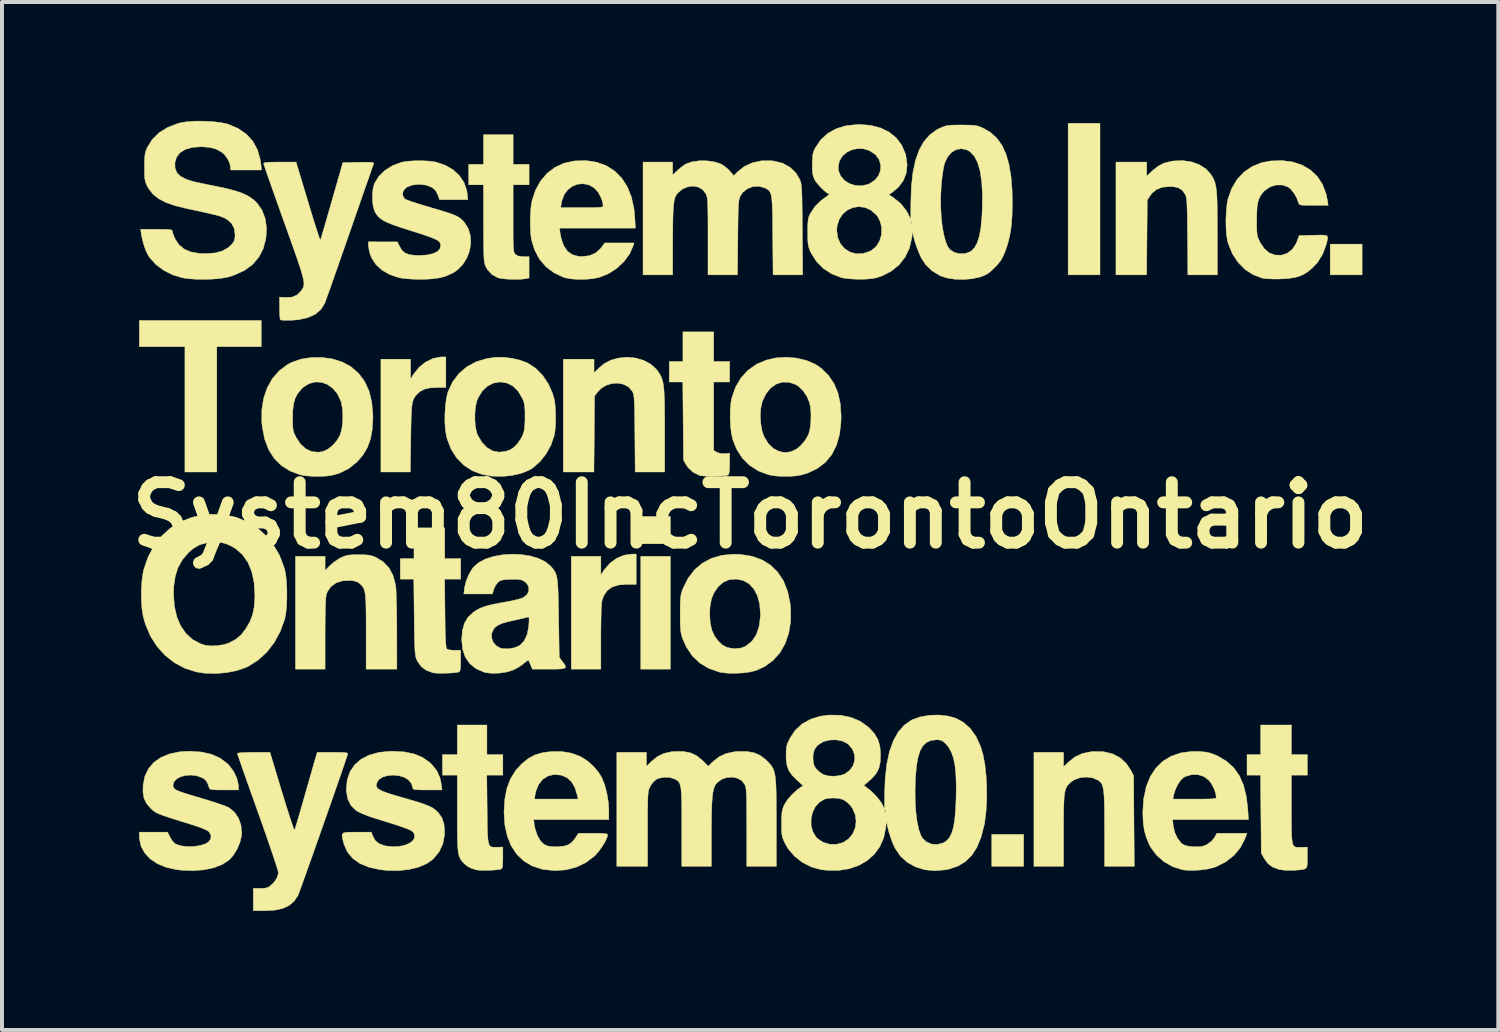
<source format=kicad_pcb>
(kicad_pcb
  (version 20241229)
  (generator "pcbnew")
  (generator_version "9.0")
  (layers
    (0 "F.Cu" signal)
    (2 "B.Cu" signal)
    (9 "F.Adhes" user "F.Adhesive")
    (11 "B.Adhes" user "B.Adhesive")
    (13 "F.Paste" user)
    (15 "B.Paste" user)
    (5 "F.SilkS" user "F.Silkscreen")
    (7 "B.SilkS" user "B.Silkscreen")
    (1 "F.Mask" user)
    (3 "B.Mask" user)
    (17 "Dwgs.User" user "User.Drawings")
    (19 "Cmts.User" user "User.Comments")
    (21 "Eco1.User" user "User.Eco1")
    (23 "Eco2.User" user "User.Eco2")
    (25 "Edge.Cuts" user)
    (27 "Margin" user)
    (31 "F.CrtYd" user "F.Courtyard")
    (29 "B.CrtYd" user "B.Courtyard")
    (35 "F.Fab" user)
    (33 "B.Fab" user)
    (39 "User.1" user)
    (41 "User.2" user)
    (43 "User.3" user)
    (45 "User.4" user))
  (footprint "System80IncTorontoOntario"
    (layer "F.Cu")
    (at 15.864 9.943)
    (property "Reference" "System80IncTorontoOntario" (at 0 0 0) (layer "F.SilkS") (effects (font (size 1.524 1.524) (thickness 0.3))))
    (attr through_hole)
    (fp_poly (pts (xy -2.011 0.718) (xy -2.758 0.718) (xy -2.758 0.029) (xy -2.011 0.029) (xy -2.011 0.718)) (stroke (width 0.01) (type solid)) (fill yes) (layer "F.SilkS"))
    (fp_poly (pts (xy -2.011 3.879) (xy -2.758 3.879) (xy -2.758 1.034) (xy -2.011 1.034) (xy -2.011 3.879)) (stroke (width 0.01) (type solid)) (fill yes) (layer "F.SilkS"))
    (fp_poly (pts (xy 6.896 8.85) (xy 6.091 8.85) (xy 6.091 8.045) (xy 6.896 8.045) (xy 6.896 8.85)) (stroke (width 0.01) (type solid)) (fill yes) (layer "F.SilkS"))
    (fp_poly (pts (xy 8.821 -6.063) (xy 8.017 -6.063) (xy 8.017 -9.884) (xy 8.821 -9.884) (xy 8.821 -6.063)) (stroke (width 0.01) (type solid)) (fill yes) (layer "F.SilkS"))
    (fp_poly (pts (xy 15.43 -6.063) (xy 14.625 -6.063) (xy 14.625 -6.838) (xy 15.43 -6.838) (xy 15.43 -6.063)) (stroke (width 0.01) (type solid)) (fill yes) (layer "F.SilkS"))
    (fp_poly (pts (xy -12.326 -4.252) (xy -13.447 -4.252) (xy -13.447 -1.092) (xy -14.252 -1.092) (xy -14.252 -4.252) (xy -15.401 -4.252) (xy -15.401 -4.913) (xy -12.326 -4.913) (xy -12.326 -4.252)) (stroke (width 0.01) (type solid)) (fill yes) (layer "F.SilkS"))
    (fp_poly (pts (xy -2.873 1.742) (xy -3.11 1.741) (xy -3.316 1.757) (xy -3.479 1.808) (xy -3.602 1.896) (xy -3.689 2.024) (xy -3.732 2.141) (xy -3.742 2.208) (xy -3.751 2.329) (xy -3.757 2.497) (xy -3.761 2.709) (xy -3.764 2.959) (xy -3.764 3.067) (xy -3.764 3.879) (xy -4.511 3.879) (xy -4.511 1.034) (xy -3.764 1.034) (xy -3.764 1.5) (xy -3.669 1.361) (xy -3.53 1.202) (xy -3.361 1.081) (xy -3.172 1.004) (xy -2.981 0.977) (xy -2.873 0.977) (xy -2.873 1.742)) (stroke (width 0.01) (type solid)) (fill yes) (layer "F.SilkS"))
    (fp_poly (pts (xy -7.672 -3.221) (xy -7.898 -3.221) (xy -8.076 -3.212) (xy -8.213 -3.181) (xy -8.322 -3.122) (xy -8.395 -3.056) (xy -8.436 -3.011) (xy -8.468 -2.966) (xy -8.493 -2.913) (xy -8.513 -2.848) (xy -8.527 -2.762) (xy -8.537 -2.648) (xy -8.545 -2.501) (xy -8.55 -2.314) (xy -8.554 -2.079) (xy -8.556 -1.947) (xy -8.568 -1.092) (xy -9.31 -1.092) (xy -9.31 -3.936) (xy -8.562 -3.936) (xy -8.562 -3.437) (xy -8.481 -3.566) (xy -8.346 -3.733) (xy -8.182 -3.864) (xy -8 -3.953) (xy -7.81 -3.992) (xy -7.767 -3.994) (xy -7.672 -3.994) (xy -7.672 -3.221)) (stroke (width 0.01) (type solid)) (fill yes) (layer "F.SilkS"))
    (fp_poly (pts (xy -0.919 -3.879) (xy -0.517 -3.879) (xy -0.517 -3.362) (xy -0.919 -3.362) (xy -0.919 -1.639) (xy -0.848 -1.592) (xy -0.744 -1.557) (xy -0.647 -1.556) (xy -0.517 -1.566) (xy -0.517 -1.302) (xy -0.521 -1.151) (xy -0.533 -1.056) (xy -0.552 -1.016) (xy -0.599 -1.005) (xy -0.688 -0.996) (xy -0.806 -0.99) (xy -0.935 -0.987) (xy -1.063 -0.987) (xy -1.173 -0.991) (xy -1.252 -0.999) (xy -1.271 -1.004) (xy -1.436 -1.084) (xy -1.566 -1.204) (xy -1.61 -1.27) (xy -1.681 -1.394) (xy -1.698 -3.362) (xy -2.04 -3.362) (xy -2.04 -3.879) (xy -1.695 -3.879) (xy -1.695 -4.626) (xy -0.919 -4.626) (xy -0.919 -3.879)) (stroke (width 0.01) (type solid)) (fill yes) (layer "F.SilkS"))
    (fp_poly (pts (xy 13.648 6.034) (xy 14.05 6.034) (xy 14.05 6.551) (xy 13.648 6.551) (xy 13.648 7.408) (xy 13.648 7.669) (xy 13.649 7.878) (xy 13.653 8.041) (xy 13.66 8.164) (xy 13.672 8.252) (xy 13.692 8.311) (xy 13.719 8.347) (xy 13.756 8.365) (xy 13.804 8.371) (xy 13.864 8.37) (xy 13.889 8.37) (xy 14.05 8.366) (xy 14.05 8.633) (xy 14.05 8.756) (xy 14.043 8.839) (xy 14.021 8.892) (xy 13.973 8.922) (xy 13.89 8.937) (xy 13.764 8.947) (xy 13.691 8.951) (xy 13.5 8.952) (xy 13.345 8.931) (xy 13.323 8.925) (xy 13.169 8.866) (xy 13.055 8.78) (xy 12.963 8.654) (xy 12.959 8.646) (xy 12.887 8.519) (xy 12.869 6.551) (xy 12.528 6.551) (xy 12.528 6.034) (xy 12.872 6.034) (xy 12.872 5.287) (xy 13.648 5.287) (xy 13.648 6.034)) (stroke (width 0.01) (type solid)) (fill yes) (layer "F.SilkS"))
    (fp_poly (pts (xy -5.976 -8.85) (xy -5.574 -8.85) (xy -5.574 -8.333) (xy -5.976 -8.333) (xy -5.976 -7.485) (xy -5.976 -7.242) (xy -5.976 -7.049) (xy -5.974 -6.901) (xy -5.97 -6.791) (xy -5.965 -6.712) (xy -5.958 -6.658) (xy -5.948 -6.622) (xy -5.935 -6.598) (xy -5.919 -6.58) (xy -5.857 -6.54) (xy -5.764 -6.524) (xy -5.718 -6.522) (xy -5.574 -6.522) (xy -5.574 -5.984) (xy -5.664 -5.966) (xy -5.768 -5.953) (xy -5.903 -5.949) (xy -6.05 -5.951) (xy -6.19 -5.961) (xy -6.305 -5.976) (xy -6.36 -5.99) (xy -6.51 -6.071) (xy -6.624 -6.196) (xy -6.669 -6.278) (xy -6.684 -6.314) (xy -6.695 -6.355) (xy -6.704 -6.409) (xy -6.711 -6.482) (xy -6.716 -6.58) (xy -6.719 -6.709) (xy -6.721 -6.877) (xy -6.722 -7.089) (xy -6.723 -7.352) (xy -6.723 -7.363) (xy -6.724 -8.333) (xy -7.097 -8.333) (xy -7.097 -8.85) (xy -6.724 -8.85) (xy -6.724 -9.597) (xy -5.976 -9.597) (xy -5.976 -8.85)) (stroke (width 0.01) (type solid)) (fill yes) (layer "F.SilkS"))
    (fp_poly (pts (xy 8.911 5.96) (xy 9.134 6.012) (xy 9.325 6.111) (xy 9.483 6.255) (xy 9.591 6.418) (xy 9.669 6.565) (xy 9.677 7.708) (xy 9.686 8.85) (xy 8.936 8.85) (xy 8.936 7.902) (xy 8.935 7.618) (xy 8.933 7.385) (xy 8.929 7.198) (xy 8.922 7.05) (xy 8.91 6.937) (xy 8.894 6.852) (xy 8.873 6.789) (xy 8.845 6.743) (xy 8.81 6.707) (xy 8.769 6.677) (xy 8.633 6.619) (xy 8.474 6.599) (xy 8.312 6.617) (xy 8.166 6.671) (xy 8.098 6.718) (xy 8.047 6.763) (xy 8.006 6.807) (xy 7.973 6.859) (xy 7.949 6.922) (xy 7.93 7.005) (xy 7.918 7.113) (xy 7.91 7.253) (xy 7.905 7.432) (xy 7.903 7.654) (xy 7.902 7.928) (xy 7.902 7.938) (xy 7.902 8.85) (xy 7.155 8.85) (xy 7.155 5.976) (xy 7.902 5.976) (xy 7.902 6.34) (xy 8.025 6.222) (xy 8.193 6.09) (xy 8.377 6.005) (xy 8.591 5.961) (xy 8.656 5.955) (xy 8.911 5.96)) (stroke (width 0.01) (type solid)) (fill yes) (layer "F.SilkS"))
    (fp_poly (pts (xy -7.7 1.092) (xy -7.298 1.092) (xy -7.298 1.609) (xy -7.703 1.609) (xy -7.694 2.47) (xy -7.691 2.73) (xy -7.687 2.939) (xy -7.682 3.1) (xy -7.676 3.218) (xy -7.668 3.299) (xy -7.659 3.348) (xy -7.649 3.368) (xy -7.597 3.39) (xy -7.506 3.402) (xy -7.455 3.403) (xy -7.298 3.402) (xy -7.298 3.666) (xy -7.3 3.794) (xy -7.306 3.875) (xy -7.318 3.922) (xy -7.339 3.946) (xy -7.348 3.951) (xy -7.409 3.964) (xy -7.51 3.974) (xy -7.634 3.98) (xy -7.764 3.983) (xy -7.883 3.981) (xy -7.973 3.974) (xy -8.002 3.969) (xy -8.169 3.906) (xy -8.294 3.813) (xy -8.387 3.681) (xy -8.41 3.634) (xy -8.424 3.596) (xy -8.435 3.55) (xy -8.445 3.488) (xy -8.452 3.404) (xy -8.458 3.292) (xy -8.462 3.146) (xy -8.466 2.958) (xy -8.469 2.723) (xy -8.471 2.564) (xy -8.481 1.609) (xy -8.821 1.609) (xy -8.821 1.092) (xy -8.476 1.092) (xy -8.476 0.316) (xy -7.7 0.316) (xy -7.7 1.092)) (stroke (width 0.01) (type solid)) (fill yes) (layer "F.SilkS"))
    (fp_poly (pts (xy -2.888 -3.966) (xy -2.686 -3.907) (xy -2.509 -3.813) (xy -2.368 -3.687) (xy -2.341 -3.653) (xy -2.296 -3.588) (xy -2.259 -3.525) (xy -2.229 -3.457) (xy -2.205 -3.379) (xy -2.187 -3.285) (xy -2.174 -3.168) (xy -2.165 -3.022) (xy -2.159 -2.841) (xy -2.156 -2.619) (xy -2.155 -2.349) (xy -2.155 -2.146) (xy -2.155 -1.092) (xy -2.899 -1.092) (xy -2.907 -2.062) (xy -2.91 -2.325) (xy -2.913 -2.536) (xy -2.916 -2.703) (xy -2.92 -2.832) (xy -2.925 -2.928) (xy -2.932 -2.999) (xy -2.941 -3.05) (xy -2.953 -3.088) (xy -2.968 -3.119) (xy -2.975 -3.132) (xy -3.066 -3.236) (xy -3.189 -3.302) (xy -3.331 -3.332) (xy -3.482 -3.324) (xy -3.628 -3.28) (xy -3.759 -3.199) (xy -3.839 -3.116) (xy -3.922 -3.007) (xy -3.93 -2.05) (xy -3.939 -1.092) (xy -4.712 -1.092) (xy -4.712 -3.936) (xy -3.936 -3.936) (xy -3.936 -3.592) (xy -3.823 -3.705) (xy -3.675 -3.828) (xy -3.51 -3.912) (xy -3.322 -3.965) (xy -3.104 -3.987) (xy -2.888 -3.966)) (stroke (width 0.01) (type solid)) (fill yes) (layer "F.SilkS"))
    (fp_poly (pts (xy 11.133 -8.911) (xy 11.331 -8.838) (xy 11.495 -8.73) (xy 11.597 -8.62) (xy 11.641 -8.556) (xy 11.678 -8.493) (xy 11.708 -8.426) (xy 11.731 -8.348) (xy 11.749 -8.253) (xy 11.762 -8.135) (xy 11.771 -7.988) (xy 11.776 -7.806) (xy 11.779 -7.582) (xy 11.78 -7.311) (xy 11.781 -7.117) (xy 11.781 -6.063) (xy 11.036 -6.063) (xy 11.028 -7.032) (xy 11.025 -7.298) (xy 11.022 -7.512) (xy 11.019 -7.682) (xy 11.014 -7.812) (xy 11.009 -7.91) (xy 11.001 -7.982) (xy 10.992 -8.033) (xy 10.98 -8.07) (xy 10.968 -8.095) (xy 10.897 -8.194) (xy 10.804 -8.255) (xy 10.679 -8.285) (xy 10.575 -8.289) (xy 10.391 -8.272) (xy 10.245 -8.216) (xy 10.13 -8.119) (xy 10.09 -8.064) (xy 10.013 -7.949) (xy 10.005 -7.006) (xy 9.997 -6.063) (xy 9.223 -6.063) (xy 9.223 -8.907) (xy 9.999 -8.907) (xy 9.999 -8.555) (xy 10.14 -8.686) (xy 10.287 -8.804) (xy 10.438 -8.881) (xy 10.614 -8.926) (xy 10.674 -8.935) (xy 10.911 -8.944) (xy 11.133 -8.911)) (stroke (width 0.01) (type solid)) (fill yes) (layer "F.SilkS"))
    (fp_poly (pts (xy -6.637 6.034) (xy -6.235 6.034) (xy -6.235 6.551) (xy -6.64 6.551) (xy -6.631 7.412) (xy -6.629 7.672) (xy -6.626 7.881) (xy -6.621 8.043) (xy -6.612 8.165) (xy -6.598 8.252) (xy -6.578 8.311) (xy -6.55 8.346) (xy -6.512 8.363) (xy -6.464 8.369) (xy -6.402 8.368) (xy -6.38 8.368) (xy -6.235 8.365) (xy -6.235 8.633) (xy -6.237 8.761) (xy -6.242 8.844) (xy -6.254 8.891) (xy -6.274 8.915) (xy -6.285 8.921) (xy -6.35 8.934) (xy -6.454 8.944) (xy -6.579 8.951) (xy -6.707 8.953) (xy -6.82 8.95) (xy -6.899 8.941) (xy -6.91 8.939) (xy -7.042 8.895) (xy -7.137 8.844) (xy -7.216 8.775) (xy -7.218 8.774) (xy -7.261 8.726) (xy -7.295 8.68) (xy -7.323 8.629) (xy -7.344 8.566) (xy -7.36 8.486) (xy -7.371 8.381) (xy -7.378 8.246) (xy -7.382 8.074) (xy -7.384 7.859) (xy -7.384 7.594) (xy -7.384 7.515) (xy -7.384 6.551) (xy -7.758 6.551) (xy -7.758 6.034) (xy -7.384 6.034) (xy -7.384 5.287) (xy -6.637 5.287) (xy -6.637 6.034)) (stroke (width 0.01) (type solid)) (fill yes) (layer "F.SilkS"))
    (fp_poly (pts (xy -9.723 0.995) (xy -9.616 1.004) (xy -9.53 1.023) (xy -9.45 1.053) (xy -9.439 1.058) (xy -9.251 1.173) (xy -9.106 1.326) (xy -9.002 1.519) (xy -8.942 1.751) (xy -8.936 1.789) (xy -8.929 1.869) (xy -8.923 1.998) (xy -8.918 2.167) (xy -8.913 2.366) (xy -8.91 2.587) (xy -8.908 2.822) (xy -8.908 2.938) (xy -8.907 3.879) (xy -9.683 3.879) (xy -9.683 2.93) (xy -9.683 2.654) (xy -9.685 2.43) (xy -9.688 2.25) (xy -9.694 2.109) (xy -9.704 2.001) (xy -9.718 1.919) (xy -9.736 1.858) (xy -9.761 1.81) (xy -9.793 1.77) (xy -9.832 1.731) (xy -9.838 1.726) (xy -9.904 1.68) (xy -9.991 1.654) (xy -10.087 1.643) (xy -10.279 1.652) (xy -10.441 1.704) (xy -10.57 1.797) (xy -10.66 1.928) (xy -10.687 2.005) (xy -10.696 2.064) (xy -10.703 2.174) (xy -10.709 2.328) (xy -10.713 2.521) (xy -10.716 2.744) (xy -10.717 2.993) (xy -10.717 2.995) (xy -10.717 3.879) (xy -11.464 3.879) (xy -11.464 1.034) (xy -10.717 1.034) (xy -10.717 1.391) (xy -10.595 1.266) (xy -10.495 1.18) (xy -10.376 1.099) (xy -10.315 1.066) (xy -10.232 1.031) (xy -10.155 1.008) (xy -10.065 0.997) (xy -9.946 0.992) (xy -9.87 0.992) (xy -9.723 0.995)) (stroke (width 0.01) (type solid)) (fill yes) (layer "F.SilkS"))
    (fp_poly (pts (xy 1.181 -3.963) (xy 1.426 -3.903) (xy 1.643 -3.809) (xy 1.784 -3.714) (xy 1.971 -3.532) (xy 2.114 -3.324) (xy 2.214 -3.086) (xy 2.273 -2.815) (xy 2.294 -2.506) (xy 2.29 -2.356) (xy 2.255 -2.042) (xy 2.178 -1.768) (xy 2.06 -1.534) (xy 1.901 -1.339) (xy 1.7 -1.184) (xy 1.457 -1.068) (xy 1.302 -1.02) (xy 1.154 -0.994) (xy 0.974 -0.982) (xy 0.783 -0.982) (xy 0.605 -0.996) (xy 0.467 -1.021) (xy 0.209 -1.118) (xy -0.013 -1.259) (xy -0.197 -1.443) (xy -0.341 -1.668) (xy -0.438 -1.907) (xy -0.472 -2.062) (xy -0.495 -2.254) (xy -0.504 -2.463) (xy -0.503 -2.499) (xy 0.257 -2.499) (xy 0.269 -2.304) (xy 0.302 -2.121) (xy 0.352 -1.981) (xy 0.458 -1.808) (xy 0.582 -1.688) (xy 0.708 -1.622) (xy 0.818 -1.59) (xy 0.912 -1.585) (xy 1.021 -1.605) (xy 1.049 -1.612) (xy 1.165 -1.668) (xy 1.282 -1.765) (xy 1.386 -1.89) (xy 1.465 -2.027) (xy 1.482 -2.072) (xy 1.514 -2.209) (xy 1.531 -2.378) (xy 1.534 -2.558) (xy 1.521 -2.724) (xy 1.499 -2.835) (xy 1.434 -2.993) (xy 1.338 -3.137) (xy 1.224 -3.25) (xy 1.15 -3.297) (xy 0.98 -3.355) (xy 0.815 -3.358) (xy 0.66 -3.31) (xy 0.521 -3.213) (xy 0.403 -3.07) (xy 0.313 -2.885) (xy 0.301 -2.85) (xy 0.267 -2.689) (xy 0.257 -2.499) (xy -0.503 -2.499) (xy -0.5 -2.67) (xy -0.483 -2.856) (xy -0.463 -2.96) (xy -0.369 -3.23) (xy -0.232 -3.464) (xy -0.055 -3.657) (xy 0.159 -3.809) (xy 0.408 -3.915) (xy 0.654 -3.97) (xy 0.92 -3.986) (xy 1.181 -3.963)) (stroke (width 0.01) (type solid)) (fill yes) (layer "F.SilkS"))
    (fp_poly (pts (xy -10.538 -3.945) (xy -10.293 -3.869) (xy -10.079 -3.757) (xy -10.071 -3.751) (xy -9.875 -3.583) (xy -9.722 -3.379) (xy -9.61 -3.138) (xy -9.541 -2.858) (xy -9.512 -2.538) (xy -9.511 -2.471) (xy -9.526 -2.178) (xy -9.571 -1.927) (xy -9.65 -1.71) (xy -9.765 -1.516) (xy -9.909 -1.35) (xy -10.118 -1.181) (xy -10.355 -1.062) (xy -10.539 -1.009) (xy -10.687 -0.989) (xy -10.863 -0.98) (xy -11.047 -0.983) (xy -11.216 -0.998) (xy -11.342 -1.021) (xy -11.601 -1.117) (xy -11.82 -1.255) (xy -12 -1.434) (xy -12.14 -1.654) (xy -12.24 -1.916) (xy -12.3 -2.219) (xy -12.314 -2.356) (xy -12.313 -2.469) (xy -11.536 -2.469) (xy -11.535 -2.323) (xy -11.531 -2.218) (xy -11.52 -2.141) (xy -11.5 -2.075) (xy -11.468 -2.005) (xy -11.45 -1.969) (xy -11.337 -1.797) (xy -11.203 -1.676) (xy -11.051 -1.606) (xy -10.884 -1.591) (xy -10.765 -1.611) (xy -10.644 -1.669) (xy -10.523 -1.767) (xy -10.415 -1.891) (xy -10.341 -2.019) (xy -10.3 -2.155) (xy -10.276 -2.326) (xy -10.27 -2.513) (xy -10.281 -2.695) (xy -10.311 -2.853) (xy -10.323 -2.889) (xy -10.408 -3.065) (xy -10.523 -3.203) (xy -10.659 -3.3) (xy -10.809 -3.354) (xy -10.965 -3.362) (xy -11.119 -3.322) (xy -11.263 -3.233) (xy -11.312 -3.186) (xy -11.406 -3.072) (xy -11.471 -2.952) (xy -11.511 -2.812) (xy -11.532 -2.64) (xy -11.536 -2.469) (xy -12.313 -2.469) (xy -12.312 -2.666) (xy -12.266 -2.955) (xy -12.176 -3.217) (xy -12.046 -3.447) (xy -11.877 -3.642) (xy -11.672 -3.797) (xy -11.565 -3.854) (xy -11.328 -3.937) (xy -11.069 -3.979) (xy -10.801 -3.981) (xy -10.538 -3.945)) (stroke (width 0.01) (type solid)) (fill yes) (layer "F.SilkS"))
    (fp_poly (pts (xy -0.246 0.986) (xy 0.043 1.031) (xy 0.298 1.122) (xy 0.516 1.257) (xy 0.697 1.434) (xy 0.84 1.653) (xy 0.944 1.912) (xy 1.007 2.21) (xy 1.022 2.368) (xy 1.02 2.685) (xy 0.972 2.976) (xy 0.881 3.238) (xy 0.749 3.467) (xy 0.577 3.659) (xy 0.368 3.812) (xy 0.15 3.912) (xy 0.003 3.949) (xy -0.181 3.974) (xy -0.379 3.984) (xy -0.572 3.98) (xy -0.738 3.961) (xy -0.782 3.951) (xy -1.046 3.858) (xy -1.27 3.724) (xy -1.457 3.546) (xy -1.607 3.323) (xy -1.701 3.115) (xy -1.725 3.042) (xy -1.742 2.97) (xy -1.754 2.886) (xy -1.76 2.778) (xy -1.764 2.634) (xy -1.764 2.485) (xy -1.02 2.485) (xy -1.007 2.71) (xy -0.966 2.894) (xy -0.893 3.05) (xy -0.813 3.16) (xy -0.7 3.269) (xy -0.581 3.332) (xy -0.436 3.359) (xy -0.376 3.361) (xy -0.24 3.348) (xy -0.123 3.304) (xy -0.101 3.292) (xy 0.046 3.173) (xy 0.155 3.012) (xy 0.225 2.808) (xy 0.257 2.563) (xy 0.259 2.48) (xy 0.24 2.239) (xy 0.185 2.031) (xy 0.097 1.861) (xy -0.021 1.731) (xy -0.167 1.646) (xy -0.337 1.61) (xy -0.373 1.609) (xy -0.539 1.627) (xy -0.675 1.685) (xy -0.796 1.792) (xy -0.812 1.81) (xy -0.913 1.954) (xy -0.978 2.116) (xy -1.012 2.308) (xy -1.02 2.485) (xy -1.764 2.485) (xy -1.764 2.307) (xy -1.761 2.175) (xy -1.754 2.076) (xy -1.743 1.999) (xy -1.725 1.931) (xy -1.7 1.86) (xy -1.697 1.853) (xy -1.568 1.592) (xy -1.404 1.376) (xy -1.206 1.207) (xy -0.975 1.084) (xy -0.712 1.008) (xy -0.419 0.98) (xy -0.246 0.986)) (stroke (width 0.01) (type solid)) (fill yes) (layer "F.SilkS"))
    (fp_poly (pts (xy -3.867 -8.903) (xy -3.625 -8.815) (xy -3.415 -8.68) (xy -3.237 -8.502) (xy -3.096 -8.281) (xy -2.992 -8.021) (xy -2.928 -7.723) (xy -2.91 -7.539) (xy -2.893 -7.241) (xy -4.806 -7.241) (xy -4.787 -7.09) (xy -4.761 -6.972) (xy -4.719 -6.845) (xy -4.696 -6.79) (xy -4.603 -6.656) (xy -4.478 -6.569) (xy -4.32 -6.528) (xy -4.236 -6.525) (xy -4.051 -6.547) (xy -3.9 -6.613) (xy -3.773 -6.726) (xy -3.735 -6.774) (xy -3.667 -6.867) (xy -2.927 -6.867) (xy -2.946 -6.803) (xy -3.038 -6.593) (xy -3.179 -6.4) (xy -3.358 -6.231) (xy -3.568 -6.095) (xy -3.789 -6.004) (xy -3.947 -5.97) (xy -4.133 -5.951) (xy -4.328 -5.948) (xy -4.513 -5.961) (xy -4.667 -5.99) (xy -4.698 -5.999) (xy -4.942 -6.112) (xy -5.148 -6.267) (xy -5.314 -6.462) (xy -5.437 -6.695) (xy -5.514 -6.948) (xy -5.532 -7.081) (xy -5.542 -7.251) (xy -5.544 -7.44) (xy -5.537 -7.627) (xy -5.527 -7.758) (xy -4.777 -7.758) (xy -4.242 -7.758) (xy -4.054 -7.758) (xy -3.916 -7.76) (xy -3.82 -7.763) (xy -3.759 -7.769) (xy -3.725 -7.779) (xy -3.71 -7.792) (xy -3.707 -7.811) (xy -3.707 -7.812) (xy -3.716 -7.871) (xy -3.739 -7.956) (xy -3.751 -7.991) (xy -3.831 -8.147) (xy -3.938 -8.26) (xy -4.066 -8.331) (xy -4.204 -8.36) (xy -4.344 -8.35) (xy -4.477 -8.3) (xy -4.595 -8.212) (xy -4.688 -8.087) (xy -4.749 -7.926) (xy -4.758 -7.88) (xy -4.777 -7.758) (xy -5.527 -7.758) (xy -5.523 -7.795) (xy -5.503 -7.92) (xy -5.414 -8.194) (xy -5.285 -8.429) (xy -5.12 -8.623) (xy -4.921 -8.774) (xy -4.692 -8.879) (xy -4.436 -8.935) (xy -4.138 -8.944) (xy -3.867 -8.903)) (stroke (width 0.01) (type solid)) (fill yes) (layer "F.SilkS"))
    (fp_poly (pts (xy -4.741 5.957) (xy -4.51 5.996) (xy -4.291 6.077) (xy -4.255 6.095) (xy -4.1 6.195) (xy -3.948 6.331) (xy -3.818 6.485) (xy -3.739 6.616) (xy -3.666 6.802) (xy -3.61 7.021) (xy -3.573 7.248) (xy -3.563 7.432) (xy -3.563 7.672) (xy -5.458 7.672) (xy -5.442 7.808) (xy -5.419 7.914) (xy -5.378 8.034) (xy -5.349 8.101) (xy -5.279 8.219) (xy -5.198 8.297) (xy -5.093 8.341) (xy -4.954 8.357) (xy -4.851 8.356) (xy -4.697 8.341) (xy -4.584 8.307) (xy -4.495 8.244) (xy -4.413 8.144) (xy -4.399 8.122) (xy -4.329 8.017) (xy -3.96 8.017) (xy -3.802 8.018) (xy -3.694 8.022) (xy -3.628 8.03) (xy -3.597 8.043) (xy -3.592 8.055) (xy -3.61 8.128) (xy -3.657 8.229) (xy -3.726 8.344) (xy -3.808 8.459) (xy -3.893 8.559) (xy -3.922 8.589) (xy -4.135 8.751) (xy -4.378 8.869) (xy -4.644 8.939) (xy -4.925 8.959) (xy -5.214 8.929) (xy -5.251 8.921) (xy -5.496 8.841) (xy -5.708 8.715) (xy -5.884 8.547) (xy -6.023 8.337) (xy -6.124 8.089) (xy -6.186 7.805) (xy -6.206 7.488) (xy -6.188 7.169) (xy -6.186 7.155) (xy -5.438 7.155) (xy -4.338 7.155) (xy -4.355 7.076) (xy -4.415 6.876) (xy -4.498 6.726) (xy -4.607 6.622) (xy -4.746 6.558) (xy -4.782 6.549) (xy -4.953 6.537) (xy -5.107 6.576) (xy -5.236 6.663) (xy -5.337 6.793) (xy -5.404 6.963) (xy -5.419 7.037) (xy -5.438 7.155) (xy -6.186 7.155) (xy -6.135 6.891) (xy -6.045 6.649) (xy -5.915 6.438) (xy -5.759 6.266) (xy -5.594 6.132) (xy -5.425 6.041) (xy -5.235 5.984) (xy -5.009 5.956) (xy -5 5.955) (xy -4.741 5.957)) (stroke (width 0.01) (type solid)) (fill yes) (layer "F.SilkS"))
    (fp_poly (pts (xy -6.001 -3.958) (xy -5.79 -3.908) (xy -5.611 -3.84) (xy -5.602 -3.835) (xy -5.404 -3.704) (xy -5.23 -3.527) (xy -5.087 -3.313) (xy -4.98 -3.07) (xy -4.94 -2.931) (xy -4.919 -2.798) (xy -4.907 -2.63) (xy -4.903 -2.445) (xy -4.909 -2.263) (xy -4.923 -2.104) (xy -4.94 -2.011) (xy -5.021 -1.773) (xy -5.143 -1.551) (xy -5.296 -1.356) (xy -5.471 -1.202) (xy -5.567 -1.142) (xy -5.767 -1.059) (xy -6.001 -1.005) (xy -6.252 -0.98) (xy -6.505 -0.987) (xy -6.743 -1.027) (xy -6.752 -1.029) (xy -7 -1.122) (xy -7.216 -1.261) (xy -7.397 -1.443) (xy -7.539 -1.666) (xy -7.64 -1.925) (xy -7.66 -2.004) (xy -7.685 -2.162) (xy -7.697 -2.352) (xy -7.697 -2.396) (xy -6.94 -2.396) (xy -6.925 -2.225) (xy -6.893 -2.081) (xy -6.875 -2.031) (xy -6.766 -1.844) (xy -6.637 -1.708) (xy -6.489 -1.623) (xy -6.327 -1.592) (xy -6.153 -1.615) (xy -6.04 -1.658) (xy -5.962 -1.711) (xy -5.883 -1.788) (xy -5.856 -1.822) (xy -5.782 -1.93) (xy -5.732 -2.025) (xy -5.701 -2.124) (xy -5.684 -2.242) (xy -5.677 -2.395) (xy -5.677 -2.471) (xy -5.677 -2.623) (xy -5.683 -2.732) (xy -5.695 -2.814) (xy -5.715 -2.885) (xy -5.741 -2.945) (xy -5.849 -3.127) (xy -5.98 -3.258) (xy -6.134 -3.336) (xy -6.307 -3.362) (xy -6.474 -3.334) (xy -6.625 -3.256) (xy -6.755 -3.132) (xy -6.856 -2.968) (xy -6.889 -2.889) (xy -6.922 -2.747) (xy -6.939 -2.577) (xy -6.94 -2.396) (xy -7.697 -2.396) (xy -7.696 -2.558) (xy -7.683 -2.763) (xy -7.659 -2.948) (xy -7.625 -3.097) (xy -7.618 -3.118) (xy -7.5 -3.367) (xy -7.341 -3.576) (xy -7.144 -3.745) (xy -6.909 -3.871) (xy -6.64 -3.953) (xy -6.423 -3.984) (xy -6.22 -3.985) (xy -6.001 -3.958)) (stroke (width 0.01) (type solid)) (fill yes) (layer "F.SilkS"))
    (fp_poly (pts (xy 13.683 -8.909) (xy 13.923 -8.828) (xy 14.13 -8.705) (xy 14.302 -8.542) (xy 14.433 -8.34) (xy 14.523 -8.102) (xy 14.554 -7.951) (xy 14.574 -7.815) (xy 14.209 -7.815) (xy 14.059 -7.816) (xy 13.956 -7.818) (xy 13.891 -7.824) (xy 13.854 -7.836) (xy 13.836 -7.854) (xy 13.827 -7.879) (xy 13.781 -8.003) (xy 13.712 -8.123) (xy 13.633 -8.223) (xy 13.562 -8.279) (xy 13.412 -8.329) (xy 13.254 -8.328) (xy 13.102 -8.278) (xy 12.968 -8.182) (xy 12.94 -8.153) (xy 12.877 -8.072) (xy 12.831 -7.987) (xy 12.801 -7.888) (xy 12.782 -7.764) (xy 12.774 -7.602) (xy 12.772 -7.44) (xy 12.772 -7.282) (xy 12.775 -7.167) (xy 12.783 -7.084) (xy 12.797 -7.019) (xy 12.82 -6.959) (xy 12.854 -6.89) (xy 12.859 -6.88) (xy 12.964 -6.722) (xy 13.09 -6.616) (xy 13.235 -6.563) (xy 13.397 -6.559) (xy 13.544 -6.608) (xy 13.668 -6.705) (xy 13.763 -6.847) (xy 13.787 -6.905) (xy 13.843 -7.054) (xy 14.205 -7.062) (xy 14.361 -7.066) (xy 14.466 -7.065) (xy 14.53 -7.053) (xy 14.559 -7.026) (xy 14.561 -6.976) (xy 14.543 -6.899) (xy 14.524 -6.825) (xy 14.434 -6.58) (xy 14.302 -6.371) (xy 14.174 -6.235) (xy 14.04 -6.126) (xy 13.902 -6.049) (xy 13.748 -5.999) (xy 13.563 -5.97) (xy 13.361 -5.959) (xy 13.216 -5.958) (xy 13.082 -5.962) (xy 12.974 -5.97) (xy 12.919 -5.978) (xy 12.685 -6.065) (xy 12.477 -6.2) (xy 12.3 -6.379) (xy 12.158 -6.596) (xy 12.056 -6.848) (xy 12.035 -6.925) (xy 12.011 -7.069) (xy 11.999 -7.252) (xy 11.996 -7.454) (xy 12.005 -7.657) (xy 12.023 -7.841) (xy 12.049 -7.98) (xy 12.143 -8.243) (xy 12.278 -8.469) (xy 12.451 -8.654) (xy 12.659 -8.796) (xy 12.898 -8.892) (xy 13.115 -8.934) (xy 13.412 -8.945) (xy 13.683 -8.909)) (stroke (width 0.01) (type solid)) (fill yes) (layer "F.SilkS"))
    (fp_poly (pts (xy 11.336 5.955) (xy 11.483 5.969) (xy 11.601 5.994) (xy 11.721 6.039) (xy 11.796 6.073) (xy 12.015 6.203) (xy 12.194 6.366) (xy 12.336 6.567) (xy 12.441 6.807) (xy 12.511 7.09) (xy 12.547 7.399) (xy 12.565 7.672) (xy 10.652 7.672) (xy 10.668 7.83) (xy 10.705 7.994) (xy 10.774 8.143) (xy 10.867 8.26) (xy 10.898 8.286) (xy 10.969 8.324) (xy 11.066 8.346) (xy 11.186 8.356) (xy 11.307 8.358) (xy 11.395 8.348) (xy 11.472 8.322) (xy 11.522 8.297) (xy 11.637 8.214) (xy 11.709 8.123) (xy 11.766 8.017) (xy 12.147 8.017) (xy 12.527 8.017) (xy 12.472 8.162) (xy 12.359 8.382) (xy 12.198 8.574) (xy 11.997 8.733) (xy 11.762 8.854) (xy 11.694 8.879) (xy 11.54 8.917) (xy 11.357 8.943) (xy 11.168 8.954) (xy 10.995 8.95) (xy 10.893 8.936) (xy 10.651 8.857) (xy 10.433 8.733) (xy 10.247 8.57) (xy 10.102 8.374) (xy 10.06 8.294) (xy 9.988 8.121) (xy 9.94 7.952) (xy 9.912 7.769) (xy 9.902 7.554) (xy 9.901 7.471) (xy 9.922 7.155) (xy 10.661 7.155) (xy 11.207 7.155) (xy 11.396 7.154) (xy 11.536 7.153) (xy 11.634 7.149) (xy 11.697 7.143) (xy 11.732 7.134) (xy 11.748 7.121) (xy 11.752 7.102) (xy 11.752 7.102) (xy 11.735 7.002) (xy 11.691 6.881) (xy 11.63 6.765) (xy 11.568 6.682) (xy 11.442 6.587) (xy 11.292 6.539) (xy 11.133 6.538) (xy 10.976 6.586) (xy 10.927 6.612) (xy 10.854 6.681) (xy 10.782 6.788) (xy 10.721 6.915) (xy 10.681 7.044) (xy 10.678 7.061) (xy 10.661 7.155) (xy 9.922 7.155) (xy 9.924 7.139) (xy 9.986 6.844) (xy 10.088 6.589) (xy 10.228 6.374) (xy 10.404 6.202) (xy 10.615 6.073) (xy 10.86 5.99) (xy 11.136 5.953) (xy 11.336 5.955)) (stroke (width 0.01) (type solid)) (fill yes) (layer "F.SilkS"))
    (fp_poly (pts (xy -11.808 6.967) (xy -11.739 7.193) (xy -11.674 7.4) (xy -11.616 7.582) (xy -11.567 7.732) (xy -11.528 7.846) (xy -11.502 7.916) (xy -11.49 7.937) (xy -11.477 7.905) (xy -11.451 7.824) (xy -11.414 7.704) (xy -11.369 7.549) (xy -11.316 7.368) (xy -11.259 7.168) (xy -11.251 7.14) (xy -11.19 6.927) (xy -11.131 6.722) (xy -11.078 6.534) (xy -11.032 6.373) (xy -10.996 6.248) (xy -10.973 6.17) (xy -10.916 5.976) (xy -10.526 5.976) (xy -10.37 5.977) (xy -10.262 5.979) (xy -10.195 5.985) (xy -10.16 5.995) (xy -10.148 6.009) (xy -10.15 6.027) (xy -10.166 6.081) (xy -10.2 6.182) (xy -10.249 6.325) (xy -10.31 6.503) (xy -10.382 6.711) (xy -10.463 6.944) (xy -10.55 7.195) (xy -10.643 7.459) (xy -10.738 7.73) (xy -10.834 8.003) (xy -10.929 8.271) (xy -11.02 8.53) (xy -11.107 8.773) (xy -11.186 8.995) (xy -11.256 9.19) (xy -11.314 9.353) (xy -11.36 9.477) (xy -11.39 9.557) (xy -11.402 9.586) (xy -11.499 9.731) (xy -11.627 9.839) (xy -11.789 9.914) (xy -11.992 9.957) (xy -12.24 9.97) (xy -12.528 9.97) (xy -12.528 9.404) (xy -12.357 9.407) (xy -12.241 9.403) (xy -12.16 9.382) (xy -12.106 9.35) (xy -12.008 9.257) (xy -11.934 9.147) (xy -11.898 9.04) (xy -11.896 9.011) (xy -11.905 8.967) (xy -11.932 8.875) (xy -11.976 8.739) (xy -12.033 8.566) (xy -12.103 8.36) (xy -12.183 8.127) (xy -12.272 7.871) (xy -12.368 7.6) (xy -12.413 7.475) (xy -12.511 7.2) (xy -12.603 6.941) (xy -12.687 6.704) (xy -12.762 6.492) (xy -12.825 6.312) (xy -12.875 6.169) (xy -12.91 6.067) (xy -12.928 6.011) (xy -12.93 6.003) (xy -12.903 5.993) (xy -12.828 5.985) (xy -12.715 5.98) (xy -12.575 5.977) (xy -12.519 5.976) (xy -12.107 5.976) (xy -11.808 6.967)) (stroke (width 0.01) (type solid)) (fill yes) (layer "F.SilkS"))
    (fp_poly (pts (xy -13.265 -0.015) (xy -12.957 0.05) (xy -12.671 0.167) (xy -12.407 0.336) (xy -12.234 0.489) (xy -12.028 0.732) (xy -11.867 1.006) (xy -11.75 1.317) (xy -11.732 1.379) (xy -11.706 1.52) (xy -11.689 1.7) (xy -11.68 1.903) (xy -11.681 2.112) (xy -11.69 2.313) (xy -11.709 2.488) (xy -11.733 2.613) (xy -11.846 2.925) (xy -11.998 3.206) (xy -12.187 3.45) (xy -12.408 3.653) (xy -12.658 3.809) (xy -12.718 3.838) (xy -12.945 3.916) (xy -13.205 3.967) (xy -13.479 3.989) (xy -13.751 3.981) (xy -13.962 3.949) (xy -14.25 3.858) (xy -14.514 3.718) (xy -14.75 3.532) (xy -14.954 3.307) (xy -15.121 3.045) (xy -15.246 2.753) (xy -15.302 2.557) (xy -15.334 2.36) (xy -15.35 2.13) (xy -15.35 1.991) (xy -14.538 1.991) (xy -14.517 2.29) (xy -14.457 2.557) (xy -14.358 2.789) (xy -14.224 2.982) (xy -14.055 3.133) (xy -13.855 3.239) (xy -13.742 3.275) (xy -13.602 3.292) (xy -13.437 3.287) (xy -13.272 3.261) (xy -13.139 3.218) (xy -12.968 3.126) (xy -12.834 3.013) (xy -12.72 2.866) (xy -12.617 2.689) (xy -12.547 2.511) (xy -12.506 2.316) (xy -12.489 2.087) (xy -12.488 2.011) (xy -12.508 1.696) (xy -12.566 1.421) (xy -12.664 1.186) (xy -12.801 0.991) (xy -12.975 0.839) (xy -13.093 0.771) (xy -13.211 0.719) (xy -13.313 0.691) (xy -13.429 0.68) (xy -13.484 0.679) (xy -13.699 0.694) (xy -13.879 0.743) (xy -14.038 0.833) (xy -14.167 0.946) (xy -14.316 1.122) (xy -14.424 1.316) (xy -14.495 1.535) (xy -14.532 1.79) (xy -14.538 1.991) (xy -15.35 1.991) (xy -15.351 1.887) (xy -15.336 1.651) (xy -15.306 1.442) (xy -15.289 1.365) (xy -15.18 1.049) (xy -15.03 0.768) (xy -14.841 0.524) (xy -14.616 0.321) (xy -14.36 0.162) (xy -14.075 0.051) (xy -13.93 0.015) (xy -13.59 -0.027) (xy -13.265 -0.015)) (stroke (width 0.01) (type solid)) (fill yes) (layer "F.SilkS"))
    (fp_poly (pts (xy -11.15 -7.916) (xy -11.082 -7.689) (xy -11.018 -7.481) (xy -10.961 -7.298) (xy -10.912 -7.146) (xy -10.874 -7.032) (xy -10.849 -6.96) (xy -10.838 -6.938) (xy -10.828 -6.967) (xy -10.803 -7.046) (xy -10.767 -7.167) (xy -10.72 -7.325) (xy -10.666 -7.512) (xy -10.605 -7.723) (xy -10.548 -7.922) (xy -10.27 -8.893) (xy -9.872 -8.901) (xy -9.715 -8.904) (xy -9.606 -8.904) (xy -9.538 -8.9) (xy -9.502 -8.892) (xy -9.491 -8.878) (xy -9.495 -8.858) (xy -9.495 -8.858) (xy -9.508 -8.822) (xy -9.538 -8.737) (xy -9.583 -8.607) (xy -9.642 -8.438) (xy -9.714 -8.233) (xy -9.796 -7.998) (xy -9.886 -7.738) (xy -9.984 -7.457) (xy -10.087 -7.16) (xy -10.099 -7.126) (xy -10.204 -6.826) (xy -10.304 -6.54) (xy -10.397 -6.272) (xy -10.483 -6.029) (xy -10.558 -5.815) (xy -10.622 -5.634) (xy -10.673 -5.492) (xy -10.708 -5.395) (xy -10.726 -5.346) (xy -10.727 -5.344) (xy -10.824 -5.189) (xy -10.967 -5.068) (xy -11.155 -4.983) (xy -11.387 -4.932) (xy -11.536 -4.92) (xy -11.66 -4.917) (xy -11.761 -4.918) (xy -11.827 -4.924) (xy -11.845 -4.929) (xy -11.854 -4.966) (xy -11.862 -5.047) (xy -11.866 -5.157) (xy -11.867 -5.227) (xy -11.867 -5.502) (xy -11.712 -5.493) (xy -11.552 -5.502) (xy -11.425 -5.555) (xy -11.325 -5.655) (xy -11.321 -5.66) (xy -11.294 -5.698) (xy -11.273 -5.735) (xy -11.258 -5.775) (xy -11.251 -5.821) (xy -11.253 -5.88) (xy -11.265 -5.955) (xy -11.289 -6.052) (xy -11.324 -6.174) (xy -11.373 -6.326) (xy -11.437 -6.513) (xy -11.517 -6.74) (xy -11.613 -7.011) (xy -11.727 -7.331) (xy -11.749 -7.39) (xy -11.847 -7.666) (xy -11.94 -7.926) (xy -12.024 -8.165) (xy -12.099 -8.377) (xy -12.163 -8.559) (xy -12.213 -8.704) (xy -12.248 -8.808) (xy -12.267 -8.865) (xy -12.269 -8.875) (xy -12.246 -8.889) (xy -12.176 -8.899) (xy -12.055 -8.905) (xy -11.88 -8.907) (xy -11.859 -8.907) (xy -11.449 -8.907) (xy -11.15 -7.916)) (stroke (width 0.01) (type solid)) (fill yes) (layer "F.SilkS"))
    (fp_poly (pts (xy -1.678 5.955) (xy -1.498 5.991) (xy -1.343 6.065) (xy -1.202 6.18) (xy -1.2 6.182) (xy -1.056 6.326) (xy -0.937 6.21) (xy -0.78 6.086) (xy -0.602 6.005) (xy -0.391 5.961) (xy -0.299 5.954) (xy -0.08 5.955) (xy 0.1 5.987) (xy 0.253 6.054) (xy 0.393 6.16) (xy 0.421 6.188) (xy 0.477 6.245) (xy 0.524 6.3) (xy 0.562 6.356) (xy 0.592 6.42) (xy 0.616 6.498) (xy 0.633 6.595) (xy 0.645 6.718) (xy 0.653 6.872) (xy 0.658 7.063) (xy 0.66 7.297) (xy 0.661 7.58) (xy 0.661 7.749) (xy 0.661 8.85) (xy -0.086 8.85) (xy -0.086 7.87) (xy -0.087 7.601) (xy -0.088 7.383) (xy -0.09 7.21) (xy -0.093 7.076) (xy -0.098 6.975) (xy -0.105 6.901) (xy -0.114 6.848) (xy -0.126 6.809) (xy -0.133 6.791) (xy -0.209 6.692) (xy -0.318 6.629) (xy -0.446 6.601) (xy -0.582 6.61) (xy -0.713 6.654) (xy -0.826 6.735) (xy -0.867 6.781) (xy -0.896 6.832) (xy -0.92 6.902) (xy -0.94 6.995) (xy -0.954 7.117) (xy -0.965 7.274) (xy -0.972 7.472) (xy -0.975 7.716) (xy -0.977 8.012) (xy -0.977 8.024) (xy -0.977 8.85) (xy -1.724 8.85) (xy -1.724 7.857) (xy -1.724 7.574) (xy -1.725 7.343) (xy -1.729 7.158) (xy -1.734 7.013) (xy -1.744 6.903) (xy -1.758 6.821) (xy -1.777 6.762) (xy -1.802 6.719) (xy -1.834 6.689) (xy -1.874 6.663) (xy -1.902 6.649) (xy -2.024 6.611) (xy -2.167 6.605) (xy -2.301 6.63) (xy -2.362 6.656) (xy -2.438 6.72) (xy -2.507 6.811) (xy -2.521 6.838) (xy -2.539 6.875) (xy -2.553 6.911) (xy -2.564 6.955) (xy -2.572 7.012) (xy -2.578 7.089) (xy -2.582 7.193) (xy -2.584 7.33) (xy -2.586 7.506) (xy -2.586 7.73) (xy -2.586 7.908) (xy -2.586 8.85) (xy -3.362 8.85) (xy -3.362 5.976) (xy -2.615 5.976) (xy -2.615 6.328) (xy -2.493 6.209) (xy -2.341 6.084) (xy -2.18 6.005) (xy -1.994 5.963) (xy -1.896 5.954) (xy -1.678 5.955)) (stroke (width 0.01) (type solid)) (fill yes) (layer "F.SilkS"))
    (fp_poly (pts (xy 0.597 -8.933) (xy 0.818 -8.878) (xy 1.002 -8.778) (xy 1.15 -8.637) (xy 1.247 -8.477) (xy 1.262 -8.442) (xy 1.275 -8.404) (xy 1.285 -8.359) (xy 1.293 -8.299) (xy 1.299 -8.219) (xy 1.304 -8.113) (xy 1.308 -7.976) (xy 1.31 -7.801) (xy 1.313 -7.582) (xy 1.315 -7.313) (xy 1.316 -7.205) (xy 1.325 -6.063) (xy 0.578 -6.063) (xy 0.569 -7.061) (xy 0.567 -7.342) (xy 0.564 -7.57) (xy 0.559 -7.753) (xy 0.552 -7.896) (xy 0.542 -8.005) (xy 0.527 -8.085) (xy 0.506 -8.143) (xy 0.48 -8.184) (xy 0.445 -8.213) (xy 0.402 -8.238) (xy 0.36 -8.258) (xy 0.217 -8.297) (xy 0.068 -8.288) (xy -0.07 -8.235) (xy -0.185 -8.143) (xy -0.243 -8.06) (xy -0.259 -8.025) (xy -0.272 -7.987) (xy -0.282 -7.939) (xy -0.29 -7.874) (xy -0.296 -7.787) (xy -0.301 -7.67) (xy -0.304 -7.516) (xy -0.307 -7.32) (xy -0.31 -7.075) (xy -0.31 -7.004) (xy -0.319 -6.063) (xy -1.063 -6.063) (xy -1.063 -7.032) (xy -1.063 -7.298) (xy -1.064 -7.512) (xy -1.066 -7.682) (xy -1.07 -7.813) (xy -1.074 -7.911) (xy -1.081 -7.984) (xy -1.09 -8.036) (xy -1.102 -8.075) (xy -1.113 -8.103) (xy -1.195 -8.209) (xy -1.306 -8.275) (xy -1.435 -8.3) (xy -1.571 -8.284) (xy -1.702 -8.229) (xy -1.818 -8.132) (xy -1.849 -8.096) (xy -1.876 -8.053) (xy -1.898 -7.999) (xy -1.915 -7.93) (xy -1.928 -7.838) (xy -1.938 -7.718) (xy -1.945 -7.563) (xy -1.949 -7.367) (xy -1.951 -7.125) (xy -1.952 -6.903) (xy -1.954 -6.063) (xy -2.701 -6.063) (xy -2.701 -8.907) (xy -1.954 -8.907) (xy -1.954 -8.584) (xy -1.828 -8.7) (xy -1.743 -8.773) (xy -1.659 -8.835) (xy -1.615 -8.861) (xy -1.468 -8.912) (xy -1.289 -8.938) (xy -1.096 -8.939) (xy -0.91 -8.914) (xy -0.749 -8.864) (xy -0.72 -8.851) (xy -0.634 -8.793) (xy -0.544 -8.714) (xy -0.511 -8.679) (xy -0.412 -8.564) (xy -0.318 -8.66) (xy -0.149 -8.795) (xy 0.054 -8.888) (xy 0.282 -8.938) (xy 0.526 -8.941) (xy 0.597 -8.933)) (stroke (width 0.01) (type solid)) (fill yes) (layer "F.SilkS"))
    (fp_poly (pts (xy -13.842 5.967) (xy -13.585 6.024) (xy -13.366 6.121) (xy -13.184 6.258) (xy -13.135 6.308) (xy -13.024 6.458) (xy -12.944 6.624) (xy -12.904 6.788) (xy -12.901 6.842) (xy -12.901 6.925) (xy -13.261 6.925) (xy -13.412 6.924) (xy -13.516 6.92) (xy -13.581 6.913) (xy -13.617 6.901) (xy -13.634 6.882) (xy -13.637 6.874) (xy -13.677 6.764) (xy -13.717 6.693) (xy -13.77 6.644) (xy -13.833 6.61) (xy -13.965 6.564) (xy -14.104 6.549) (xy -14.24 6.559) (xy -14.362 6.593) (xy -14.462 6.647) (xy -14.528 6.718) (xy -14.552 6.802) (xy -14.546 6.842) (xy -14.533 6.872) (xy -14.508 6.901) (xy -14.462 6.929) (xy -14.391 6.96) (xy -14.288 6.997) (xy -14.146 7.042) (xy -13.958 7.098) (xy -13.821 7.139) (xy -13.641 7.193) (xy -13.473 7.246) (xy -13.326 7.297) (xy -13.212 7.339) (xy -13.142 7.371) (xy -13.138 7.373) (xy -13.002 7.485) (xy -12.9 7.635) (xy -12.838 7.812) (xy -12.82 8.007) (xy -12.825 8.083) (xy -12.863 8.245) (xy -12.934 8.413) (xy -13.028 8.568) (xy -13.133 8.686) (xy -13.137 8.69) (xy -13.309 8.803) (xy -13.524 8.886) (xy -13.774 8.939) (xy -14.052 8.96) (xy -14.349 8.947) (xy -14.475 8.932) (xy -14.728 8.875) (xy -14.946 8.784) (xy -15.127 8.663) (xy -15.265 8.515) (xy -15.357 8.344) (xy -15.399 8.154) (xy -15.401 8.098) (xy -15.401 7.988) (xy -14.688 7.988) (xy -14.625 8.118) (xy -14.566 8.211) (xy -14.499 8.279) (xy -14.479 8.291) (xy -14.356 8.332) (xy -14.203 8.352) (xy -14.037 8.35) (xy -13.878 8.328) (xy -13.742 8.287) (xy -13.664 8.243) (xy -13.603 8.164) (xy -13.593 8.075) (xy -13.635 7.99) (xy -13.666 7.962) (xy -13.722 7.93) (xy -13.82 7.889) (xy -13.945 7.842) (xy -14.075 7.8) (xy -14.321 7.724) (xy -14.519 7.662) (xy -14.674 7.612) (xy -14.794 7.572) (xy -14.885 7.537) (xy -14.953 7.507) (xy -15.005 7.478) (xy -15.047 7.449) (xy -15.085 7.415) (xy -15.118 7.384) (xy -15.221 7.264) (xy -15.283 7.133) (xy -15.309 6.978) (xy -15.306 6.805) (xy -15.262 6.582) (xy -15.17 6.389) (xy -15.034 6.229) (xy -14.855 6.104) (xy -14.636 6.014) (xy -14.379 5.961) (xy -14.139 5.948) (xy -13.842 5.967)) (stroke (width 0.01) (type solid)) (fill yes) (layer "F.SilkS"))
    (fp_poly (pts (xy -8.097 -8.931) (xy -7.949 -8.912) (xy -7.923 -8.906) (xy -7.688 -8.827) (xy -7.489 -8.712) (xy -7.329 -8.564) (xy -7.213 -8.389) (xy -7.145 -8.191) (xy -7.134 -8.116) (xy -7.118 -7.959) (xy -7.832 -7.959) (xy -7.874 -8.079) (xy -7.932 -8.191) (xy -8.02 -8.268) (xy -8.149 -8.318) (xy -8.213 -8.332) (xy -8.37 -8.344) (xy -8.52 -8.326) (xy -8.645 -8.279) (xy -8.699 -8.24) (xy -8.754 -8.158) (xy -8.76 -8.07) (xy -8.719 -7.993) (xy -8.691 -7.97) (xy -8.642 -7.948) (xy -8.547 -7.913) (xy -8.416 -7.87) (xy -8.258 -7.821) (xy -8.084 -7.769) (xy -8.052 -7.759) (xy -7.834 -7.696) (xy -7.664 -7.644) (xy -7.533 -7.6) (xy -7.435 -7.561) (xy -7.36 -7.523) (xy -7.301 -7.482) (xy -7.251 -7.436) (xy -7.203 -7.383) (xy -7.106 -7.227) (xy -7.054 -7.05) (xy -7.044 -6.86) (xy -7.076 -6.668) (xy -7.145 -6.483) (xy -7.251 -6.317) (xy -7.39 -6.179) (xy -7.492 -6.112) (xy -7.643 -6.042) (xy -7.803 -5.993) (xy -7.984 -5.964) (xy -8.201 -5.951) (xy -8.331 -5.95) (xy -8.491 -5.954) (xy -8.646 -5.964) (xy -8.777 -5.978) (xy -8.856 -5.992) (xy -9.086 -6.07) (xy -9.281 -6.181) (xy -9.435 -6.322) (xy -9.543 -6.486) (xy -9.581 -6.582) (xy -9.606 -6.684) (xy -9.623 -6.777) (xy -9.626 -6.815) (xy -9.626 -6.896) (xy -8.893 -6.894) (xy -8.835 -6.773) (xy -8.775 -6.677) (xy -8.696 -6.611) (xy -8.587 -6.572) (xy -8.438 -6.554) (xy -8.333 -6.552) (xy -8.139 -6.565) (xy -7.986 -6.601) (xy -7.877 -6.658) (xy -7.815 -6.734) (xy -7.805 -6.827) (xy -7.809 -6.846) (xy -7.824 -6.88) (xy -7.854 -6.913) (xy -7.905 -6.946) (xy -7.983 -6.982) (xy -8.094 -7.025) (xy -8.246 -7.077) (xy -8.442 -7.141) (xy -8.573 -7.182) (xy -8.806 -7.256) (xy -8.99 -7.32) (xy -9.132 -7.376) (xy -9.241 -7.429) (xy -9.322 -7.482) (xy -9.384 -7.539) (xy -9.432 -7.604) (xy -9.462 -7.655) (xy -9.5 -7.767) (xy -9.521 -7.913) (xy -9.524 -8.073) (xy -9.51 -8.227) (xy -9.478 -8.354) (xy -9.471 -8.37) (xy -9.363 -8.546) (xy -9.208 -8.697) (xy -9.018 -8.817) (xy -8.799 -8.899) (xy -8.767 -8.907) (xy -8.63 -8.928) (xy -8.459 -8.939) (xy -8.274 -8.94) (xy -8.097 -8.931)) (stroke (width 0.01) (type solid)) (fill yes) (layer "F.SilkS"))
    (fp_poly (pts (xy -8.718 5.965) (xy -8.469 6.017) (xy -8.258 6.105) (xy -8.08 6.231) (xy -8.035 6.273) (xy -7.904 6.434) (xy -7.823 6.611) (xy -7.789 6.77) (xy -7.768 6.925) (xy -8.136 6.925) (xy -8.29 6.924) (xy -8.395 6.92) (xy -8.46 6.913) (xy -8.494 6.902) (xy -8.505 6.884) (xy -8.505 6.88) (xy -8.518 6.825) (xy -8.548 6.752) (xy -8.55 6.749) (xy -8.622 6.664) (xy -8.729 6.602) (xy -8.859 6.565) (xy -8.999 6.551) (xy -9.136 6.562) (xy -9.259 6.597) (xy -9.355 6.656) (xy -9.409 6.735) (xy -9.424 6.79) (xy -9.422 6.836) (xy -9.399 6.878) (xy -9.348 6.917) (xy -9.264 6.958) (xy -9.142 7.003) (xy -8.976 7.055) (xy -8.761 7.118) (xy -8.71 7.132) (xy -8.487 7.197) (xy -8.312 7.251) (xy -8.177 7.299) (xy -8.073 7.342) (xy -7.993 7.386) (xy -7.929 7.433) (xy -7.873 7.487) (xy -7.861 7.5) (xy -7.771 7.629) (xy -7.72 7.781) (xy -7.704 7.965) (xy -7.707 8.062) (xy -7.748 8.284) (xy -7.841 8.483) (xy -7.986 8.659) (xy -8.002 8.675) (xy -8.161 8.785) (xy -8.362 8.871) (xy -8.597 8.929) (xy -8.856 8.958) (xy -9.131 8.956) (xy -9.338 8.934) (xy -9.613 8.873) (xy -9.84 8.779) (xy -10.019 8.652) (xy -10.152 8.493) (xy -10.238 8.301) (xy -10.248 8.268) (xy -10.276 8.157) (xy -10.29 8.08) (xy -10.28 8.03) (xy -10.241 8.003) (xy -10.165 7.991) (xy -10.044 7.988) (xy -9.919 7.988) (xy -9.551 7.988) (xy -9.516 8.083) (xy -9.454 8.198) (xy -9.358 8.278) (xy -9.22 8.328) (xy -9.176 8.338) (xy -9.009 8.355) (xy -8.851 8.348) (xy -8.711 8.318) (xy -8.594 8.271) (xy -8.509 8.209) (xy -8.463 8.135) (xy -8.463 8.054) (xy -8.485 8.006) (xy -8.505 7.982) (xy -8.534 7.959) (xy -8.579 7.934) (xy -8.645 7.905) (xy -8.739 7.87) (xy -8.866 7.827) (xy -9.031 7.773) (xy -9.242 7.707) (xy -9.441 7.645) (xy -9.634 7.581) (xy -9.792 7.518) (xy -9.906 7.461) (xy -9.94 7.44) (xy -10.064 7.316) (xy -10.144 7.158) (xy -10.18 6.963) (xy -10.182 6.896) (xy -10.158 6.662) (xy -10.085 6.458) (xy -9.967 6.286) (xy -9.805 6.147) (xy -9.602 6.044) (xy -9.358 5.977) (xy -9.077 5.949) (xy -9.009 5.948) (xy -8.718 5.965)) (stroke (width 0.01) (type solid)) (fill yes) (layer "F.SilkS"))
    (fp_poly (pts (xy -5.771 0.989) (xy -5.545 1.025) (xy -5.339 1.085) (xy -5.164 1.171) (xy -5.028 1.282) (xy -5.017 1.295) (xy -4.973 1.348) (xy -4.937 1.398) (xy -4.908 1.45) (xy -4.886 1.512) (xy -4.869 1.589) (xy -4.856 1.688) (xy -4.847 1.815) (xy -4.84 1.977) (xy -4.835 2.18) (xy -4.831 2.431) (xy -4.828 2.588) (xy -4.813 3.582) (xy -4.734 3.685) (xy -4.682 3.756) (xy -4.656 3.807) (xy -4.659 3.841) (xy -4.699 3.862) (xy -4.779 3.874) (xy -4.907 3.878) (xy -5.073 3.879) (xy -5.491 3.879) (xy -5.536 3.771) (xy -5.566 3.701) (xy -5.587 3.658) (xy -5.59 3.653) (xy -5.615 3.664) (xy -5.67 3.704) (xy -5.721 3.746) (xy -5.821 3.818) (xy -5.941 3.884) (xy -6.003 3.911) (xy -6.154 3.954) (xy -6.328 3.979) (xy -6.501 3.984) (xy -6.654 3.969) (xy -6.714 3.954) (xy -6.915 3.864) (xy -7.071 3.738) (xy -7.182 3.577) (xy -7.249 3.38) (xy -7.272 3.145) (xy -7.272 3.132) (xy -7.269 3.085) (xy -6.519 3.085) (xy -6.481 3.195) (xy -6.406 3.287) (xy -6.297 3.347) (xy -6.248 3.36) (xy -6.096 3.366) (xy -5.944 3.339) (xy -5.816 3.284) (xy -5.801 3.274) (xy -5.696 3.164) (xy -5.623 3.008) (xy -5.584 2.809) (xy -5.58 2.761) (xy -5.574 2.653) (xy -5.575 2.591) (xy -5.585 2.565) (xy -5.607 2.564) (xy -5.62 2.569) (xy -5.672 2.584) (xy -5.764 2.606) (xy -5.88 2.632) (xy -5.939 2.645) (xy -6.119 2.685) (xy -6.252 2.724) (xy -6.348 2.766) (xy -6.418 2.814) (xy -6.46 2.859) (xy -6.514 2.969) (xy -6.519 3.085) (xy -7.269 3.085) (xy -7.255 2.905) (xy -7.203 2.72) (xy -7.112 2.568) (xy -6.979 2.444) (xy -6.93 2.411) (xy -6.838 2.358) (xy -6.736 2.314) (xy -6.614 2.275) (xy -6.461 2.239) (xy -6.266 2.202) (xy -6.167 2.185) (xy -6.022 2.158) (xy -5.888 2.127) (xy -5.781 2.097) (xy -5.721 2.074) (xy -5.628 2) (xy -5.581 1.907) (xy -5.583 1.808) (xy -5.634 1.716) (xy -5.697 1.664) (xy -5.753 1.635) (xy -5.817 1.619) (xy -5.905 1.613) (xy -6.033 1.615) (xy -6.039 1.615) (xy -6.165 1.621) (xy -6.248 1.632) (xy -6.304 1.651) (xy -6.349 1.681) (xy -6.362 1.693) (xy -6.421 1.77) (xy -6.464 1.863) (xy -6.466 1.873) (xy -6.496 1.983) (xy -7.22 1.983) (xy -7.203 1.837) (xy -7.166 1.674) (xy -7.098 1.504) (xy -7.011 1.353) (xy -6.975 1.306) (xy -6.843 1.191) (xy -6.67 1.1) (xy -6.466 1.035) (xy -6.241 0.995) (xy -6.006 0.98) (xy -5.771 0.989)) (stroke (width 0.01) (type solid)) (fill yes) (layer "F.SilkS"))
    (fp_poly (pts (xy -13.566 -9.927) (xy -13.367 -9.905) (xy -13.202 -9.873) (xy -13.155 -9.859) (xy -12.905 -9.752) (xy -12.699 -9.608) (xy -12.537 -9.428) (xy -12.421 -9.214) (xy -12.351 -8.966) (xy -12.339 -8.882) (xy -12.319 -8.706) (xy -13.102 -8.706) (xy -13.102 -8.779) (xy -13.124 -8.882) (xy -13.18 -8.996) (xy -13.258 -9.099) (xy -13.31 -9.146) (xy -13.45 -9.227) (xy -13.616 -9.275) (xy -13.819 -9.293) (xy -13.849 -9.293) (xy -14.065 -9.277) (xy -14.241 -9.226) (xy -14.375 -9.143) (xy -14.463 -9.029) (xy -14.503 -8.891) (xy -14.5 -8.753) (xy -14.454 -8.64) (xy -14.362 -8.548) (xy -14.219 -8.473) (xy -14.06 -8.421) (xy -13.992 -8.405) (xy -13.88 -8.381) (xy -13.737 -8.35) (xy -13.573 -8.317) (xy -13.454 -8.293) (xy -13.186 -8.236) (xy -12.967 -8.177) (xy -12.79 -8.115) (xy -12.646 -8.045) (xy -12.529 -7.964) (xy -12.43 -7.87) (xy -12.427 -7.867) (xy -12.304 -7.688) (xy -12.226 -7.477) (xy -12.193 -7.24) (xy -12.209 -6.985) (xy -12.211 -6.972) (xy -12.277 -6.722) (xy -12.39 -6.505) (xy -12.549 -6.321) (xy -12.754 -6.172) (xy -13.005 -6.057) (xy -13.177 -6.004) (xy -13.334 -5.976) (xy -13.53 -5.957) (xy -13.746 -5.949) (xy -13.962 -5.952) (xy -14.162 -5.966) (xy -14.327 -5.991) (xy -14.327 -5.991) (xy -14.565 -6.065) (xy -14.786 -6.177) (xy -14.978 -6.319) (xy -15.13 -6.484) (xy -15.18 -6.559) (xy -15.246 -6.698) (xy -15.303 -6.87) (xy -15.345 -7.052) (xy -15.353 -7.104) (xy -15.369 -7.212) (xy -14.968 -7.212) (xy -14.809 -7.211) (xy -14.698 -7.209) (xy -14.628 -7.204) (xy -14.588 -7.194) (xy -14.571 -7.179) (xy -14.568 -7.16) (xy -14.555 -7.107) (xy -14.524 -7.024) (xy -14.495 -6.962) (xy -14.399 -6.819) (xy -14.27 -6.713) (xy -14.105 -6.642) (xy -13.898 -6.605) (xy -13.72 -6.598) (xy -13.488 -6.616) (xy -13.3 -6.668) (xy -13.148 -6.757) (xy -13.073 -6.829) (xy -13.02 -6.9) (xy -12.994 -6.972) (xy -12.987 -7.071) (xy -12.987 -7.079) (xy -13.011 -7.239) (xy -13.081 -7.368) (xy -13.202 -7.469) (xy -13.243 -7.491) (xy -13.286 -7.511) (xy -13.335 -7.531) (xy -13.397 -7.551) (xy -13.478 -7.573) (xy -13.586 -7.599) (xy -13.726 -7.631) (xy -13.906 -7.671) (xy -14.134 -7.72) (xy -14.234 -7.741) (xy -14.509 -7.81) (xy -14.734 -7.889) (xy -14.913 -7.983) (xy -15.053 -8.094) (xy -15.159 -8.226) (xy -15.194 -8.286) (xy -15.227 -8.353) (xy -15.249 -8.415) (xy -15.263 -8.485) (xy -15.269 -8.577) (xy -15.271 -8.707) (xy -15.272 -8.778) (xy -15.27 -8.93) (xy -15.265 -9.04) (xy -15.254 -9.122) (xy -15.235 -9.192) (xy -15.206 -9.263) (xy -15.197 -9.281) (xy -15.073 -9.48) (xy -14.902 -9.648) (xy -14.687 -9.781) (xy -14.433 -9.879) (xy -14.347 -9.901) (xy -14.189 -9.926) (xy -13.995 -9.938) (xy -13.781 -9.938) (xy -13.566 -9.927)) (stroke (width 0.01) (type solid)) (fill yes) (layer "F.SilkS"))
    (fp_poly (pts (xy 4.994 5.062) (xy 5.178 5.113) (xy 5.376 5.218) (xy 5.549 5.373) (xy 5.693 5.573) (xy 5.807 5.817) (xy 5.872 6.034) (xy 5.919 6.284) (xy 5.95 6.571) (xy 5.965 6.88) (xy 5.964 7.192) (xy 5.946 7.489) (xy 5.912 7.755) (xy 5.9 7.815) (xy 5.822 8.116) (xy 5.72 8.367) (xy 5.59 8.57) (xy 5.431 8.728) (xy 5.241 8.844) (xy 5.016 8.92) (xy 4.927 8.938) (xy 4.654 8.962) (xy 4.399 8.936) (xy 4.166 8.864) (xy 3.96 8.748) (xy 3.787 8.59) (xy 3.656 8.399) (xy 3.602 8.282) (xy 3.548 8.139) (xy 3.5 7.988) (xy 3.463 7.849) (xy 3.445 7.74) (xy 3.444 7.73) (xy 3.44 7.721) (xy 3.432 7.761) (xy 3.422 7.842) (xy 3.419 7.876) (xy 3.368 8.129) (xy 3.271 8.353) (xy 3.13 8.546) (xy 2.951 8.705) (xy 2.737 8.829) (xy 2.494 8.912) (xy 2.225 8.954) (xy 1.935 8.951) (xy 1.781 8.932) (xy 1.54 8.865) (xy 1.316 8.751) (xy 1.12 8.597) (xy 0.96 8.41) (xy 0.883 8.279) (xy 0.842 8.191) (xy 0.815 8.119) (xy 0.8 8.045) (xy 0.792 7.952) (xy 0.79 7.824) (xy 0.79 7.773) (xy 0.792 7.655) (xy 1.537 7.655) (xy 1.538 7.818) (xy 1.578 7.973) (xy 1.659 8.109) (xy 1.7 8.151) (xy 1.839 8.244) (xy 2.002 8.293) (xy 2.175 8.296) (xy 2.34 8.251) (xy 2.343 8.25) (xy 2.483 8.157) (xy 2.586 8.03) (xy 2.65 7.879) (xy 2.671 7.715) (xy 2.65 7.549) (xy 2.609 7.454) (xy 3.393 7.454) (xy 3.398 7.491) (xy 3.408 7.492) (xy 3.415 7.453) (xy 3.41 7.436) (xy 3.397 7.426) (xy 3.393 7.454) (xy 2.609 7.454) (xy 2.582 7.392) (xy 2.52 7.307) (xy 2.444 7.235) (xy 2.361 7.177) (xy 2.336 7.165) (xy 2.224 7.136) (xy 2.086 7.127) (xy 1.953 7.137) (xy 1.877 7.156) (xy 1.744 7.235) (xy 1.641 7.352) (xy 1.572 7.496) (xy 1.537 7.655) (xy 0.792 7.655) (xy 0.792 7.623) (xy 0.799 7.514) (xy 0.813 7.43) (xy 0.837 7.355) (xy 0.858 7.306) (xy 0.933 7.182) (xy 1.044 7.051) (xy 1.174 6.93) (xy 1.264 6.864) (xy 1.336 6.817) (xy 1.184 6.68) (xy 1.058 6.554) (xy 0.975 6.435) (xy 0.928 6.305) (xy 0.908 6.146) (xy 0.906 6.06) (xy 0.906 6.047) (xy 1.586 6.047) (xy 1.586 6.151) (xy 1.599 6.26) (xy 1.626 6.337) (xy 1.675 6.403) (xy 1.683 6.411) (xy 1.759 6.479) (xy 1.839 6.532) (xy 1.853 6.539) (xy 1.974 6.571) (xy 2.121 6.578) (xy 2.267 6.561) (xy 2.384 6.523) (xy 2.512 6.43) (xy 2.596 6.309) (xy 2.636 6.172) (xy 2.63 6.03) (xy 2.578 5.895) (xy 2.478 5.776) (xy 2.456 5.758) (xy 2.328 5.693) (xy 2.172 5.661) (xy 2.007 5.665) (xy 1.853 5.705) (xy 1.827 5.717) (xy 1.698 5.801) (xy 1.619 5.909) (xy 1.586 6.047) (xy 0.906 6.047) (xy 0.908 5.932) (xy 0.917 5.839) (xy 0.939 5.759) (xy 0.98 5.668) (xy 1.006 5.616) (xy 1.137 5.419) (xy 1.31 5.26) (xy 1.522 5.142) (xy 1.769 5.065) (xy 1.988 5.036) (xy 2.273 5.04) (xy 2.535 5.092) (xy 2.771 5.19) (xy 2.974 5.333) (xy 3.011 5.368) (xy 3.139 5.512) (xy 3.223 5.657) (xy 3.271 5.82) (xy 3.288 6.017) (xy 3.288 6.048) (xy 3.279 6.23) (xy 3.246 6.378) (xy 3.18 6.507) (xy 3.075 6.63) (xy 2.924 6.761) (xy 2.916 6.767) (xy 2.877 6.802) (xy 2.882 6.825) (xy 2.915 6.847) (xy 3.016 6.923) (xy 3.126 7.026) (xy 3.228 7.138) (xy 3.304 7.241) (xy 3.32 7.269) (xy 3.388 7.399) (xy 3.389 7.054) (xy 3.394 6.922) (xy 4.159 6.922) (xy 4.162 7.216) (xy 4.179 7.484) (xy 4.209 7.72) (xy 4.251 7.917) (xy 4.304 8.068) (xy 4.343 8.138) (xy 4.445 8.234) (xy 4.575 8.289) (xy 4.72 8.299) (xy 4.864 8.262) (xy 4.873 8.258) (xy 4.959 8.202) (xy 5.029 8.12) (xy 5.084 8.008) (xy 5.127 7.859) (xy 5.158 7.67) (xy 5.179 7.433) (xy 5.192 7.145) (xy 5.192 7.14) (xy 5.196 6.816) (xy 5.187 6.543) (xy 5.165 6.316) (xy 5.128 6.128) (xy 5.075 5.975) (xy 5.006 5.85) (xy 4.944 5.773) (xy 4.873 5.706) (xy 4.813 5.672) (xy 4.74 5.661) (xy 4.701 5.66) (xy 4.562 5.676) (xy 4.448 5.725) (xy 4.356 5.811) (xy 4.284 5.938) (xy 4.231 6.11) (xy 4.193 6.331) (xy 4.17 6.604) (xy 4.169 6.609) (xy 4.159 6.922) (xy 3.394 6.922) (xy 3.405 6.637) (xy 3.446 6.27) (xy 3.514 5.953) (xy 3.61 5.685) (xy 3.732 5.466) (xy 3.882 5.294) (xy 4.059 5.168) (xy 4.075 5.16) (xy 4.279 5.084) (xy 4.512 5.042) (xy 4.756 5.034) (xy 4.994 5.062)) (stroke (width 0.01) (type solid)) (fill yes) (layer "F.SilkS"))
    (fp_poly (pts (xy 3.039 -9.833) (xy 3.29 -9.767) (xy 3.505 -9.662) (xy 3.683 -9.517) (xy 3.82 -9.336) (xy 3.913 -9.121) (xy 3.925 -9.077) (xy 3.958 -8.847) (xy 3.938 -8.634) (xy 3.864 -8.441) (xy 3.737 -8.271) (xy 3.566 -8.13) (xy 3.498 -8.086) (xy 3.61 -8.012) (xy 3.799 -7.858) (xy 3.94 -7.679) (xy 3.983 -7.6) (xy 4.051 -7.456) (xy 4.051 -7.789) (xy 4.805 -7.789) (xy 4.818 -7.532) (xy 4.843 -7.295) (xy 4.88 -7.084) (xy 4.928 -6.907) (xy 4.984 -6.773) (xy 5.04 -6.697) (xy 5.153 -6.627) (xy 5.291 -6.595) (xy 5.432 -6.603) (xy 5.559 -6.652) (xy 5.574 -6.662) (xy 5.658 -6.746) (xy 5.725 -6.869) (xy 5.778 -7.036) (xy 5.817 -7.25) (xy 5.842 -7.514) (xy 5.852 -7.7) (xy 5.857 -8.076) (xy 5.839 -8.399) (xy 5.8 -8.669) (xy 5.738 -8.887) (xy 5.654 -9.053) (xy 5.547 -9.167) (xy 5.466 -9.214) (xy 5.328 -9.244) (xy 5.195 -9.221) (xy 5.075 -9.149) (xy 4.976 -9.032) (xy 4.903 -8.876) (xy 4.882 -8.788) (xy 4.859 -8.658) (xy 4.838 -8.505) (xy 4.821 -8.344) (xy 4.82 -8.328) (xy 4.805 -8.057) (xy 4.805 -7.789) (xy 4.051 -7.789) (xy 4.052 -7.887) (xy 4.065 -8.291) (xy 4.104 -8.644) (xy 4.169 -8.949) (xy 4.26 -9.208) (xy 4.379 -9.421) (xy 4.526 -9.591) (xy 4.702 -9.72) (xy 4.777 -9.758) (xy 4.855 -9.792) (xy 4.923 -9.816) (xy 4.994 -9.83) (xy 5.084 -9.838) (xy 5.206 -9.841) (xy 5.33 -9.841) (xy 5.486 -9.84) (xy 5.6 -9.836) (xy 5.684 -9.827) (xy 5.753 -9.811) (xy 5.822 -9.785) (xy 5.883 -9.758) (xy 6.066 -9.651) (xy 6.221 -9.509) (xy 6.349 -9.331) (xy 6.45 -9.112) (xy 6.525 -8.852) (xy 6.577 -8.546) (xy 6.605 -8.191) (xy 6.611 -7.862) (xy 6.604 -7.55) (xy 6.583 -7.281) (xy 6.545 -7.044) (xy 6.489 -6.826) (xy 6.431 -6.656) (xy 6.372 -6.519) (xy 6.31 -6.412) (xy 6.228 -6.312) (xy 6.164 -6.245) (xy 6.065 -6.151) (xy 5.984 -6.089) (xy 5.898 -6.045) (xy 5.788 -6.007) (xy 5.779 -6.004) (xy 5.585 -5.963) (xy 5.371 -5.946) (xy 5.156 -5.954) (xy 4.957 -5.985) (xy 4.795 -6.039) (xy 4.587 -6.164) (xy 4.421 -6.327) (xy 4.317 -6.486) (xy 4.259 -6.61) (xy 4.203 -6.754) (xy 4.154 -6.899) (xy 4.12 -7.029) (xy 4.105 -7.122) (xy 4.1 -7.133) (xy 4.091 -7.096) (xy 4.079 -7.018) (xy 4.076 -6.996) (xy 4.016 -6.739) (xy 3.908 -6.511) (xy 3.754 -6.315) (xy 3.559 -6.156) (xy 3.326 -6.036) (xy 3.175 -5.987) (xy 3.051 -5.965) (xy 2.889 -5.954) (xy 2.711 -5.952) (xy 2.535 -5.96) (xy 2.381 -5.977) (xy 2.302 -5.993) (xy 2.059 -6.086) (xy 1.846 -6.225) (xy 1.669 -6.404) (xy 1.534 -6.618) (xy 1.528 -6.631) (xy 1.495 -6.707) (xy 1.473 -6.776) (xy 1.459 -6.853) (xy 1.453 -6.953) (xy 1.451 -7.09) (xy 1.451 -7.14) (xy 1.451 -7.183) (xy 2.184 -7.183) (xy 2.209 -7) (xy 2.278 -6.845) (xy 2.384 -6.722) (xy 2.518 -6.638) (xy 2.672 -6.595) (xy 2.839 -6.599) (xy 3.011 -6.654) (xy 3.06 -6.68) (xy 3.179 -6.78) (xy 3.263 -6.914) (xy 3.31 -7.07) (xy 3.318 -7.234) (xy 3.287 -7.384) (xy 4.051 -7.384) (xy 4.062 -7.361) (xy 4.071 -7.365) (xy 4.074 -7.399) (xy 4.071 -7.404) (xy 4.053 -7.4) (xy 4.051 -7.384) (xy 3.287 -7.384) (xy 3.285 -7.395) (xy 3.211 -7.539) (xy 3.182 -7.575) (xy 3.046 -7.693) (xy 2.897 -7.761) (xy 2.743 -7.782) (xy 2.593 -7.76) (xy 2.455 -7.698) (xy 2.336 -7.599) (xy 2.247 -7.466) (xy 2.194 -7.303) (xy 2.184 -7.183) (xy 1.451 -7.183) (xy 1.452 -7.293) (xy 1.457 -7.403) (xy 1.468 -7.482) (xy 1.486 -7.544) (xy 1.514 -7.602) (xy 1.514 -7.603) (xy 1.636 -7.788) (xy 1.789 -7.939) (xy 1.879 -8.004) (xy 1.95 -8.055) (xy 1.99 -8.091) (xy 1.993 -8.103) (xy 1.946 -8.123) (xy 1.877 -8.177) (xy 1.797 -8.252) (xy 1.719 -8.336) (xy 1.655 -8.417) (xy 1.629 -8.458) (xy 1.598 -8.527) (xy 1.579 -8.6) (xy 1.569 -8.695) (xy 1.567 -8.806) (xy 2.222 -8.806) (xy 2.229 -8.689) (xy 2.282 -8.555) (xy 2.377 -8.445) (xy 2.504 -8.364) (xy 2.653 -8.317) (xy 2.812 -8.309) (xy 2.97 -8.344) (xy 3.004 -8.358) (xy 3.139 -8.446) (xy 3.234 -8.561) (xy 3.285 -8.693) (xy 3.292 -8.832) (xy 3.253 -8.967) (xy 3.164 -9.088) (xy 3.147 -9.104) (xy 3.009 -9.195) (xy 2.86 -9.241) (xy 2.71 -9.247) (xy 2.565 -9.216) (xy 2.436 -9.153) (xy 2.329 -9.061) (xy 2.255 -8.944) (xy 2.222 -8.806) (xy 1.567 -8.806) (xy 1.567 -8.828) (xy 1.567 -8.85) (xy 1.57 -8.987) (xy 1.578 -9.084) (xy 1.596 -9.161) (xy 1.627 -9.234) (xy 1.644 -9.266) (xy 1.781 -9.469) (xy 1.957 -9.63) (xy 2.17 -9.748) (xy 2.419 -9.824) (xy 2.7 -9.854) (xy 2.757 -9.855) (xy 3.039 -9.833)) (stroke (width 0.01) (type solid)) (fill yes) (layer "F.SilkS")))
  (gr_rect
    (start -3 -3)
    (end 34.728 22.919)
    (stroke (width 0.1) (type default))
    (fill no)
    (layer "Edge.Cuts")))
</source>
